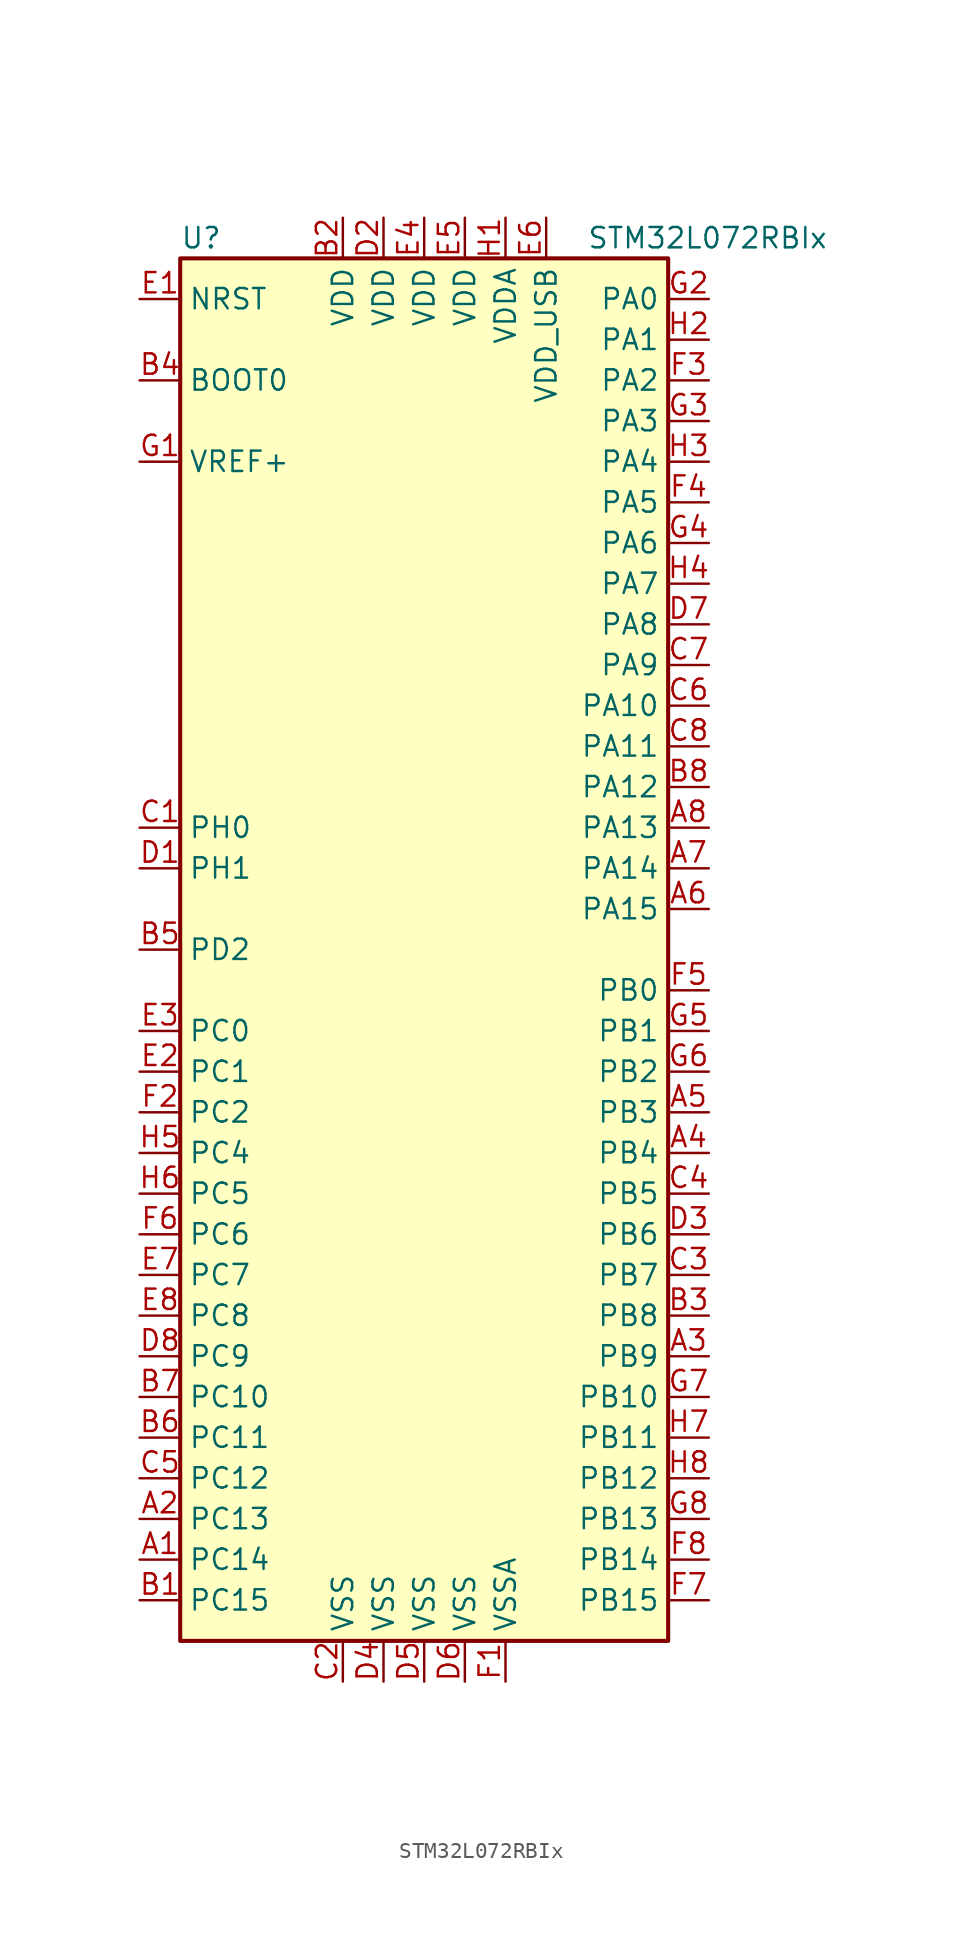
<source format=kicad_sym>
(kicad_symbol_lib
  (version 20211014)
  (generator kicad_symbol_editor)
  (symbol "STM32L072RBIx"
    (property "Reference" "U"
      (at -15.24 44.45 0)
      (effects (font (size 1.27 1.27)) (justify left)))
    (property "Value" "STM32L072RBIx"
      (at 10.16 44.45 0)
      (effects (font (size 1.27 1.27)) (justify left)))
    (symbol "STM32L072RBIx_0_1"
      (rectangle (start -15.24 -43.18) (end 15.24 43.18) (stroke (width 0.254) (type default) (color 0 0 0 0)) (fill (type background))))
    (symbol "STM32L072RBIx_1_1"
      (pin bidirectional line (at -17.78 -38.1 0) (length 2.54) (name "PC14" (effects (font (size 1.27 1.27)))) (number "A1" (effects (font (size 1.27 1.27)))))
      (pin bidirectional line (at -17.78 -35.56 0) (length 2.54) (name "PC13" (effects (font (size 1.27 1.27)))) (number "A2" (effects (font (size 1.27 1.27)))))
      (pin bidirectional line (at 17.78 -25.4 180) (length 2.54) (name "PB9" (effects (font (size 1.27 1.27)))) (number "A3" (effects (font (size 1.27 1.27)))))
      (pin bidirectional line (at 17.78 -12.7 180) (length 2.54) (name "PB4" (effects (font (size 1.27 1.27)))) (number "A4" (effects (font (size 1.27 1.27)))))
      (pin bidirectional line (at 17.78 -10.16 180) (length 2.54) (name "PB3" (effects (font (size 1.27 1.27)))) (number "A5" (effects (font (size 1.27 1.27)))))
      (pin bidirectional line (at 17.78 2.54 180) (length 2.54) (name "PA15" (effects (font (size 1.27 1.27)))) (number "A6" (effects (font (size 1.27 1.27)))))
      (pin bidirectional line (at 17.78 5.08 180) (length 2.54) (name "PA14" (effects (font (size 1.27 1.27)))) (number "A7" (effects (font (size 1.27 1.27)))))
      (pin bidirectional line (at 17.78 7.62 180) (length 2.54) (name "PA13" (effects (font (size 1.27 1.27)))) (number "A8" (effects (font (size 1.27 1.27)))))
      (pin bidirectional line (at -17.78 -40.64 0) (length 2.54) (name "PC15" (effects (font (size 1.27 1.27)))) (number "B1" (effects (font (size 1.27 1.27)))))
      (pin power_in line (at -5.08 45.72 270) (length 2.54) (name "VDD" (effects (font (size 1.27 1.27)))) (number "B2" (effects (font (size 1.27 1.27)))))
      (pin bidirectional line (at 17.78 -22.86 180) (length 2.54) (name "PB8" (effects (font (size 1.27 1.27)))) (number "B3" (effects (font (size 1.27 1.27)))))
      (pin input line (at -17.78 35.56 0) (length 2.54) (name "BOOT0" (effects (font (size 1.27 1.27)))) (number "B4" (effects (font (size 1.27 1.27)))))
      (pin bidirectional line (at -17.78 0 0) (length 2.54) (name "PD2" (effects (font (size 1.27 1.27)))) (number "B5" (effects (font (size 1.27 1.27)))))
      (pin bidirectional line (at -17.78 -30.48 0) (length 2.54) (name "PC11" (effects (font (size 1.27 1.27)))) (number "B6" (effects (font (size 1.27 1.27)))))
      (pin bidirectional line (at -17.78 -27.94 0) (length 2.54) (name "PC10" (effects (font (size 1.27 1.27)))) (number "B7" (effects (font (size 1.27 1.27)))))
      (pin bidirectional line (at 17.78 10.16 180) (length 2.54) (name "PA12" (effects (font (size 1.27 1.27)))) (number "B8" (effects (font (size 1.27 1.27)))))
      (pin input line (at -17.78 7.62 0) (length 2.54) (name "PH0" (effects (font (size 1.27 1.27)))) (number "C1" (effects (font (size 1.27 1.27)))))
      (pin power_in line (at -5.08 -45.72 90) (length 2.54) (name "VSS" (effects (font (size 1.27 1.27)))) (number "C2" (effects (font (size 1.27 1.27)))))
      (pin bidirectional line (at 17.78 -20.32 180) (length 2.54) (name "PB7" (effects (font (size 1.27 1.27)))) (number "C3" (effects (font (size 1.27 1.27)))))
      (pin bidirectional line (at 17.78 -15.24 180) (length 2.54) (name "PB5" (effects (font (size 1.27 1.27)))) (number "C4" (effects (font (size 1.27 1.27)))))
      (pin bidirectional line (at -17.78 -33.02 0) (length 2.54) (name "PC12" (effects (font (size 1.27 1.27)))) (number "C5" (effects (font (size 1.27 1.27)))))
      (pin bidirectional line (at 17.78 15.24 180) (length 2.54) (name "PA10" (effects (font (size 1.27 1.27)))) (number "C6" (effects (font (size 1.27 1.27)))))
      (pin bidirectional line (at 17.78 17.78 180) (length 2.54) (name "PA9" (effects (font (size 1.27 1.27)))) (number "C7" (effects (font (size 1.27 1.27)))))
      (pin bidirectional line (at 17.78 12.7 180) (length 2.54) (name "PA11" (effects (font (size 1.27 1.27)))) (number "C8" (effects (font (size 1.27 1.27)))))
      (pin input line (at -17.78 5.08 0) (length 2.54) (name "PH1" (effects (font (size 1.27 1.27)))) (number "D1" (effects (font (size 1.27 1.27)))))
      (pin power_in line (at -2.54 45.72 270) (length 2.54) (name "VDD" (effects (font (size 1.27 1.27)))) (number "D2" (effects (font (size 1.27 1.27)))))
      (pin bidirectional line (at 17.78 -17.78 180) (length 2.54) (name "PB6" (effects (font (size 1.27 1.27)))) (number "D3" (effects (font (size 1.27 1.27)))))
      (pin power_in line (at -2.54 -45.72 90) (length 2.54) (name "VSS" (effects (font (size 1.27 1.27)))) (number "D4" (effects (font (size 1.27 1.27)))))
      (pin power_in line (at 0 -45.72 90) (length 2.54) (name "VSS" (effects (font (size 1.27 1.27)))) (number "D5" (effects (font (size 1.27 1.27)))))
      (pin power_in line (at 2.54 -45.72 90) (length 2.54) (name "VSS" (effects (font (size 1.27 1.27)))) (number "D6" (effects (font (size 1.27 1.27)))))
      (pin bidirectional line (at 17.78 20.32 180) (length 2.54) (name "PA8" (effects (font (size 1.27 1.27)))) (number "D7" (effects (font (size 1.27 1.27)))))
      (pin bidirectional line (at -17.78 -25.4 0) (length 2.54) (name "PC9" (effects (font (size 1.27 1.27)))) (number "D8" (effects (font (size 1.27 1.27)))))
      (pin input line (at -17.78 40.64 0) (length 2.54) (name "NRST" (effects (font (size 1.27 1.27)))) (number "E1" (effects (font (size 1.27 1.27)))))
      (pin bidirectional line (at -17.78 -7.62 0) (length 2.54) (name "PC1" (effects (font (size 1.27 1.27)))) (number "E2" (effects (font (size 1.27 1.27)))))
      (pin bidirectional line (at -17.78 -5.08 0) (length 2.54) (name "PC0" (effects (font (size 1.27 1.27)))) (number "E3" (effects (font (size 1.27 1.27)))))
      (pin power_in line (at 0 45.72 270) (length 2.54) (name "VDD" (effects (font (size 1.27 1.27)))) (number "E4" (effects (font (size 1.27 1.27)))))
      (pin power_in line (at 2.54 45.72 270) (length 2.54) (name "VDD" (effects (font (size 1.27 1.27)))) (number "E5" (effects (font (size 1.27 1.27)))))
      (pin power_in line (at 7.62 45.72 270) (length 2.54) (name "VDD_USB" (effects (font (size 1.27 1.27)))) (number "E6" (effects (font (size 1.27 1.27)))))
      (pin bidirectional line (at -17.78 -20.32 0) (length 2.54) (name "PC7" (effects (font (size 1.27 1.27)))) (number "E7" (effects (font (size 1.27 1.27)))))
      (pin bidirectional line (at -17.78 -22.86 0) (length 2.54) (name "PC8" (effects (font (size 1.27 1.27)))) (number "E8" (effects (font (size 1.27 1.27)))))
      (pin power_in line (at 5.08 -45.72 90) (length 2.54) (name "VSSA" (effects (font (size 1.27 1.27)))) (number "F1" (effects (font (size 1.27 1.27)))))
      (pin bidirectional line (at -17.78 -10.16 0) (length 2.54) (name "PC2" (effects (font (size 1.27 1.27)))) (number "F2" (effects (font (size 1.27 1.27)))))
      (pin bidirectional line (at 17.78 35.56 180) (length 2.54) (name "PA2" (effects (font (size 1.27 1.27)))) (number "F3" (effects (font (size 1.27 1.27)))))
      (pin bidirectional line (at 17.78 27.94 180) (length 2.54) (name "PA5" (effects (font (size 1.27 1.27)))) (number "F4" (effects (font (size 1.27 1.27)))))
      (pin bidirectional line (at 17.78 -2.54 180) (length 2.54) (name "PB0" (effects (font (size 1.27 1.27)))) (number "F5" (effects (font (size 1.27 1.27)))))
      (pin bidirectional line (at -17.78 -17.78 0) (length 2.54) (name "PC6" (effects (font (size 1.27 1.27)))) (number "F6" (effects (font (size 1.27 1.27)))))
      (pin bidirectional line (at 17.78 -40.64 180) (length 2.54) (name "PB15" (effects (font (size 1.27 1.27)))) (number "F7" (effects (font (size 1.27 1.27)))))
      (pin bidirectional line (at 17.78 -38.1 180) (length 2.54) (name "PB14" (effects (font (size 1.27 1.27)))) (number "F8" (effects (font (size 1.27 1.27)))))
      (pin power_in line (at -17.78 30.48 0) (length 2.54) (name "VREF+" (effects (font (size 1.27 1.27)))) (number "G1" (effects (font (size 1.27 1.27)))))
      (pin bidirectional line (at 17.78 40.64 180) (length 2.54) (name "PA0" (effects (font (size 1.27 1.27)))) (number "G2" (effects (font (size 1.27 1.27)))))
      (pin bidirectional line (at 17.78 33.02 180) (length 2.54) (name "PA3" (effects (font (size 1.27 1.27)))) (number "G3" (effects (font (size 1.27 1.27)))))
      (pin bidirectional line (at 17.78 25.4 180) (length 2.54) (name "PA6" (effects (font (size 1.27 1.27)))) (number "G4" (effects (font (size 1.27 1.27)))))
      (pin bidirectional line (at 17.78 -5.08 180) (length 2.54) (name "PB1" (effects (font (size 1.27 1.27)))) (number "G5" (effects (font (size 1.27 1.27)))))
      (pin bidirectional line (at 17.78 -7.62 180) (length 2.54) (name "PB2" (effects (font (size 1.27 1.27)))) (number "G6" (effects (font (size 1.27 1.27)))))
      (pin bidirectional line (at 17.78 -27.94 180) (length 2.54) (name "PB10" (effects (font (size 1.27 1.27)))) (number "G7" (effects (font (size 1.27 1.27)))))
      (pin bidirectional line (at 17.78 -35.56 180) (length 2.54) (name "PB13" (effects (font (size 1.27 1.27)))) (number "G8" (effects (font (size 1.27 1.27)))))
      (pin power_in line (at 5.08 45.72 270) (length 2.54) (name "VDDA" (effects (font (size 1.27 1.27)))) (number "H1" (effects (font (size 1.27 1.27)))))
      (pin bidirectional line (at 17.78 38.1 180) (length 2.54) (name "PA1" (effects (font (size 1.27 1.27)))) (number "H2" (effects (font (size 1.27 1.27)))))
      (pin bidirectional line (at 17.78 30.48 180) (length 2.54) (name "PA4" (effects (font (size 1.27 1.27)))) (number "H3" (effects (font (size 1.27 1.27)))))
      (pin bidirectional line (at 17.78 22.86 180) (length 2.54) (name "PA7" (effects (font (size 1.27 1.27)))) (number "H4" (effects (font (size 1.27 1.27)))))
      (pin bidirectional line (at -17.78 -12.7 0) (length 2.54) (name "PC4" (effects (font (size 1.27 1.27)))) (number "H5" (effects (font (size 1.27 1.27)))))
      (pin bidirectional line (at -17.78 -15.24 0) (length 2.54) (name "PC5" (effects (font (size 1.27 1.27)))) (number "H6" (effects (font (size 1.27 1.27)))))
      (pin bidirectional line (at 17.78 -30.48 180) (length 2.54) (name "PB11" (effects (font (size 1.27 1.27)))) (number "H7" (effects (font (size 1.27 1.27)))))
      (pin bidirectional line (at 17.78 -33.02 180) (length 2.54) (name "PB12" (effects (font (size 1.27 1.27)))) (number "H8" (effects (font (size 1.27 1.27))))))))
</source>
